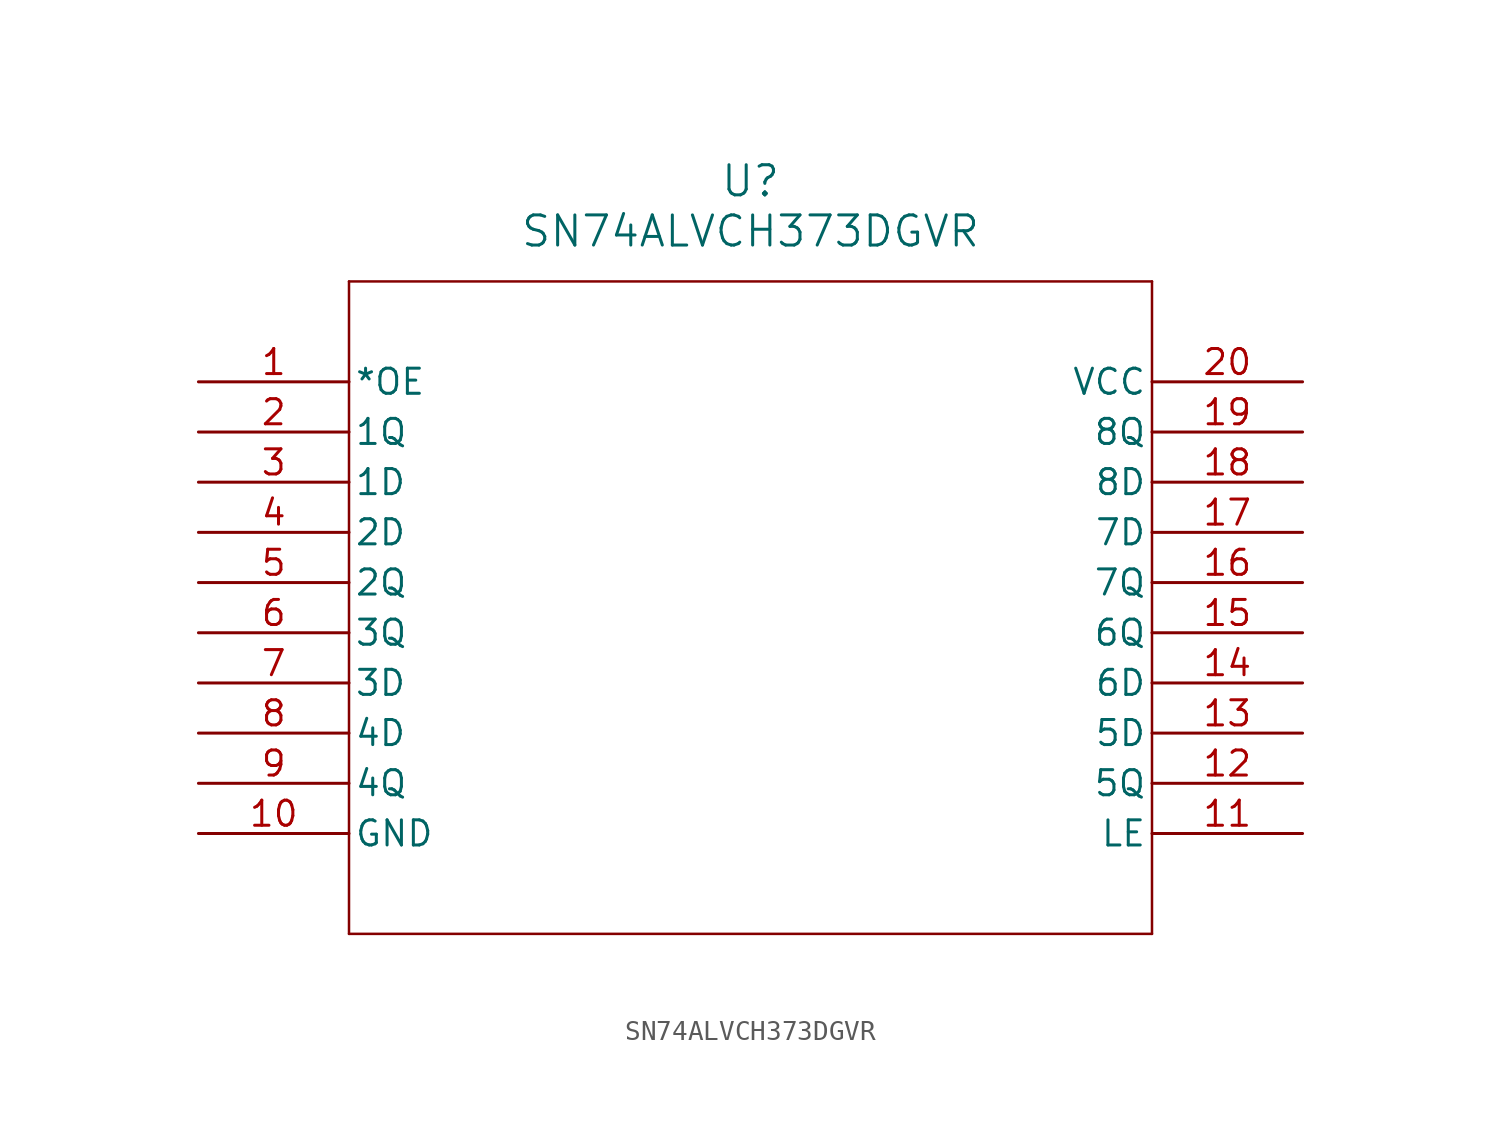
<source format=kicad_sym>
(kicad_symbol_lib
  (version 20211014)
  (generator kicad_symbol_editor)
  (symbol "SN74ALVCH373DGVR"
    (pin_names
      (offset 0.254))
    (property "Reference" "U"
      (at 27.94 10.16 0)
      (effects (font (size 1.524 1.524))))
    (property "Value" "SN74ALVCH373DGVR"
      (at 27.94 7.62 0)
      (effects (font (size 1.524 1.524))))
    (symbol "SN74ALVCH373DGVR_0_1"
      (polyline (pts (xy 7.62 5.08) (xy 7.62 -27.94)) (stroke (width 0.127) (type default) (color 0 0 0 0)) (fill (type none)))
      (polyline (pts (xy 7.62 -27.94) (xy 48.26 -27.94)) (stroke (width 0.127) (type default) (color 0 0 0 0)) (fill (type none)))
      (polyline (pts (xy 48.26 -27.94) (xy 48.26 5.08)) (stroke (width 0.127) (type default) (color 0 0 0 0)) (fill (type none)))
      (polyline (pts (xy 48.26 5.08) (xy 7.62 5.08)) (stroke (width 0.127) (type default) (color 0 0 0 0)) (fill (type none)))
      (pin input line (at 0 0 0) (length 7.62) (name "*OE" (effects (font (size 1.27 1.27)))) (number "1" (effects (font (size 1.27 1.27)))))
      (pin output line (at 0 -2.54 0) (length 7.62) (name "1Q" (effects (font (size 1.27 1.27)))) (number "2" (effects (font (size 1.27 1.27)))))
      (pin input line (at 0 -5.08 0) (length 7.62) (name "1D" (effects (font (size 1.27 1.27)))) (number "3" (effects (font (size 1.27 1.27)))))
      (pin input line (at 0 -7.62 0) (length 7.62) (name "2D" (effects (font (size 1.27 1.27)))) (number "4" (effects (font (size 1.27 1.27)))))
      (pin output line (at 0 -10.16 0) (length 7.62) (name "2Q" (effects (font (size 1.27 1.27)))) (number "5" (effects (font (size 1.27 1.27)))))
      (pin output line (at 0 -12.7 0) (length 7.62) (name "3Q" (effects (font (size 1.27 1.27)))) (number "6" (effects (font (size 1.27 1.27)))))
      (pin input line (at 0 -15.24 0) (length 7.62) (name "3D" (effects (font (size 1.27 1.27)))) (number "7" (effects (font (size 1.27 1.27)))))
      (pin input line (at 0 -17.78 0) (length 7.62) (name "4D" (effects (font (size 1.27 1.27)))) (number "8" (effects (font (size 1.27 1.27)))))
      (pin output line (at 0 -20.32 0) (length 7.62) (name "4Q" (effects (font (size 1.27 1.27)))) (number "9" (effects (font (size 1.27 1.27)))))
      (pin power_in line (at 0 -22.86 0) (length 7.62) (name "GND" (effects (font (size 1.27 1.27)))) (number "10" (effects (font (size 1.27 1.27)))))
      (pin input line (at 55.88 -22.86 180) (length 7.62) (name "LE" (effects (font (size 1.27 1.27)))) (number "11" (effects (font (size 1.27 1.27)))))
      (pin output line (at 55.88 -20.32 180) (length 7.62) (name "5Q" (effects (font (size 1.27 1.27)))) (number "12" (effects (font (size 1.27 1.27)))))
      (pin input line (at 55.88 -17.78 180) (length 7.62) (name "5D" (effects (font (size 1.27 1.27)))) (number "13" (effects (font (size 1.27 1.27)))))
      (pin input line (at 55.88 -15.24 180) (length 7.62) (name "6D" (effects (font (size 1.27 1.27)))) (number "14" (effects (font (size 1.27 1.27)))))
      (pin output line (at 55.88 -12.7 180) (length 7.62) (name "6Q" (effects (font (size 1.27 1.27)))) (number "15" (effects (font (size 1.27 1.27)))))
      (pin output line (at 55.88 -10.16 180) (length 7.62) (name "7Q" (effects (font (size 1.27 1.27)))) (number "16" (effects (font (size 1.27 1.27)))))
      (pin input line (at 55.88 -7.62 180) (length 7.62) (name "7D" (effects (font (size 1.27 1.27)))) (number "17" (effects (font (size 1.27 1.27)))))
      (pin input line (at 55.88 -5.08 180) (length 7.62) (name "8D" (effects (font (size 1.27 1.27)))) (number "18" (effects (font (size 1.27 1.27)))))
      (pin output line (at 55.88 -2.54 180) (length 7.62) (name "8Q" (effects (font (size 1.27 1.27)))) (number "19" (effects (font (size 1.27 1.27)))))
      (pin power_in line (at 55.88 0 180) (length 7.62) (name "VCC" (effects (font (size 1.27 1.27)))) (number "20" (effects (font (size 1.27 1.27))))))))
</source>
